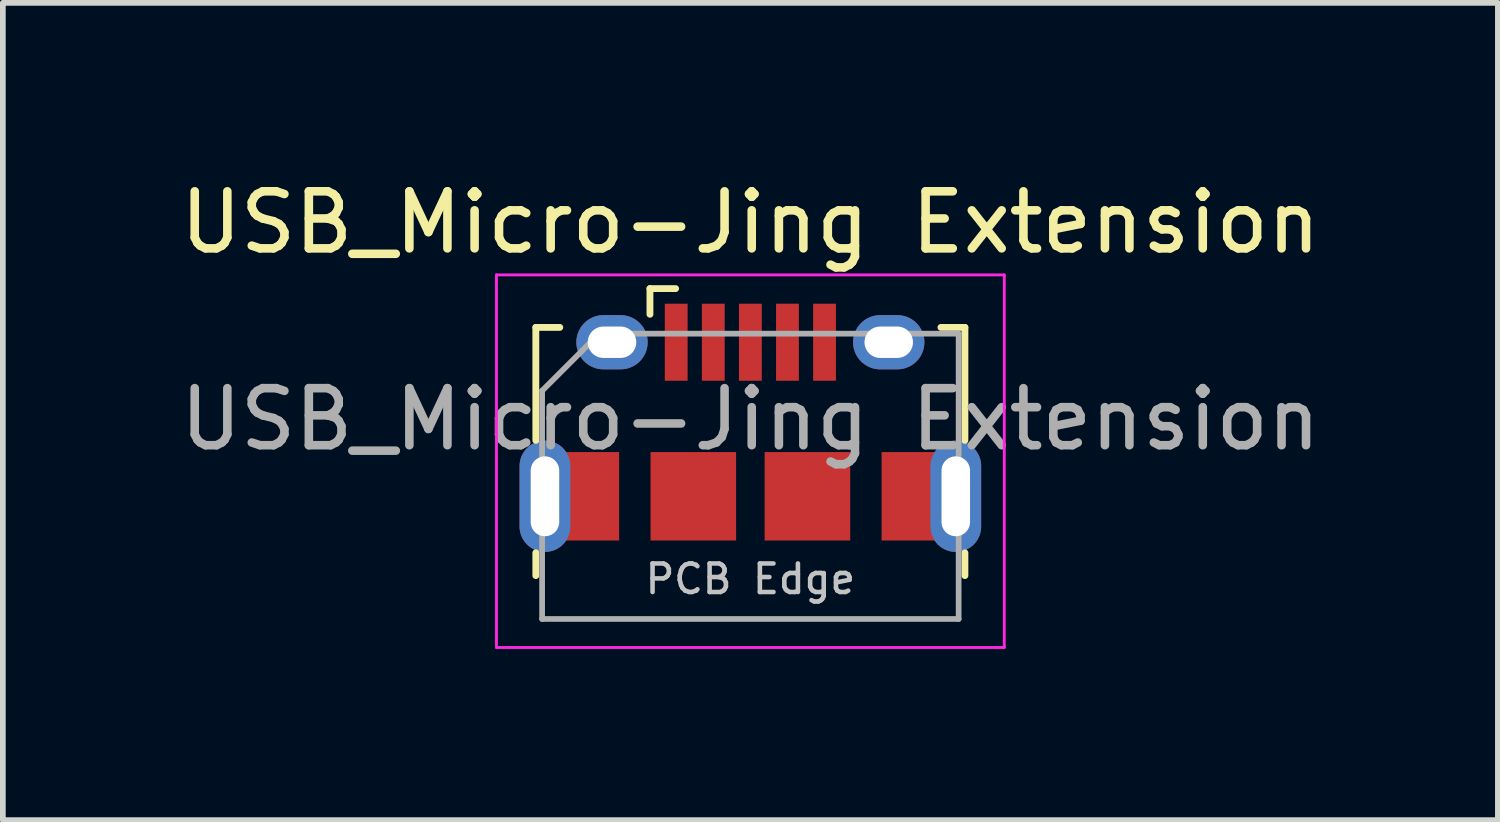
<source format=kicad_pcb>
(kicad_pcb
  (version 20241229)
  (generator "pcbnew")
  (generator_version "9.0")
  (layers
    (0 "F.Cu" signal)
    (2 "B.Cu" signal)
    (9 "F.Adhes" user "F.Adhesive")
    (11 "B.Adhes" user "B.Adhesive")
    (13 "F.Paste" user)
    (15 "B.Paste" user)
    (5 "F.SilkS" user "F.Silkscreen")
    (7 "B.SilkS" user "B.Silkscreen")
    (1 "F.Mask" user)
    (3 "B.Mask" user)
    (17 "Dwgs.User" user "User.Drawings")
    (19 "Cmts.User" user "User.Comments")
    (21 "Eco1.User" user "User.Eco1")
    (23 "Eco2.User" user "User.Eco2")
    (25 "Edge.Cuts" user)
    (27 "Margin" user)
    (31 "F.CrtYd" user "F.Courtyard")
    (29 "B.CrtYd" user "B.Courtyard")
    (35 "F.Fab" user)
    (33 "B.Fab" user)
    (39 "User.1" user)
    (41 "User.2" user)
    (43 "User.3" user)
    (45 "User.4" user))
  (footprint "USB_Micro-Jing Extension"
    (layer "F.Cu")
    (at 10.101 4.348)
    (property "Reference" "USB_Micro-Jing Extension" (at 0 -3.5 0) (layer "F.SilkS") (effects (font (size 1 1) (thickness 0.15))))
    (attr smd)
    (fp_line (start -3.76 -1.66) (end -3.34 -1.66) (stroke (width 0.12) (type solid)) (layer "F.SilkS"))
    (fp_line (start -3.76 0.32) (end -3.76 -1.66) (stroke (width 0.12) (type solid)) (layer "F.SilkS"))
    (fp_line (start -3.76 2.69) (end -3.76 2.29) (stroke (width 0.12) (type solid)) (layer "F.SilkS"))
    (fp_line (start -1.76 -1.89) (end -1.76 -2.34) (stroke (width 0.12) (type solid)) (layer "F.SilkS"))
    (fp_line (start -1.31 -2.34) (end -1.76 -2.34) (stroke (width 0.12) (type solid)) (layer "F.SilkS"))
    (fp_line (start 3.76 -1.66) (end 3.34 -1.66) (stroke (width 0.12) (type solid)) (layer "F.SilkS"))
    (fp_line (start 3.76 0.32) (end 3.76 -1.66) (stroke (width 0.12) (type solid)) (layer "F.SilkS"))
    (fp_line (start 3.76 2.29) (end 3.76 2.69) (stroke (width 0.12) (type solid)) (layer "F.SilkS"))
    (fp_line (start -4.45 -2.58) (end -4.45 3.95) (stroke (width 0.05) (type solid)) (layer "F.CrtYd"))
    (fp_line (start -4.45 -2.58) (end 4.45 -2.58) (stroke (width 0.05) (type solid)) (layer "F.CrtYd"))
    (fp_line (start -4.45 3.95) (end 4.45 3.95) (stroke (width 0.05) (type solid)) (layer "F.CrtYd"))
    (fp_line (start 4.45 -2.58) (end 4.45 3.95) (stroke (width 0.05) (type solid)) (layer "F.CrtYd"))
    (fp_line (start -3.65 -0.55) (end -2.65 -1.55) (stroke (width 0.1) (type solid)) (layer "F.Fab"))
    (fp_line (start -3.65 3.45) (end -3.65 -0.55) (stroke (width 0.1) (type solid)) (layer "F.Fab"))
    (fp_line (start -2.65 -1.55) (end 3.65 -1.55) (stroke (width 0.1) (type solid)) (layer "F.Fab"))
    (fp_line (start 3.65 -1.55) (end 3.65 3.45) (stroke (width 0.1) (type solid)) (layer "F.Fab"))
    (fp_line (start 3.65 3.45) (end -3.65 3.45) (stroke (width 0.1) (type solid)) (layer "F.Fab"))
    (fp_text user "PCB Edge" (at 0 2.75 0) (layer "Dwgs.User") (effects (font (size 0.5 0.5) (thickness 0.08))))
    (fp_text user "${REFERENCE}" (at 0 -0.05 0) (layer "F.Fab") (effects (font (size 1 1) (thickness 0.15))))
    (pad "" smd oval (at -3.6 1.3) (size 0.89 1.95) (layers "F.Paste"))
    (pad "" smd oval (at -2.425 -1.4) (size 1.25 0.95) (layers "F.Paste"))
    (pad "" smd oval (at 2.425 -1.4) (size 1.25 0.95) (layers "F.Paste"))
    (pad "" smd oval (at 3.6 1.3) (size 0.89 1.95) (layers "F.Paste"))
    (pad "1" smd rect (at -1.3 -1.4) (size 0.4 1.35) (layers "F.Cu" "F.Mask" "F.Paste"))
    (pad "2" smd rect (at -0.65 -1.4) (size 0.4 1.35) (layers "F.Cu" "F.Mask" "F.Paste"))
    (pad "3" smd rect (at 0 -1.4) (size 0.4 1.35) (layers "F.Cu" "F.Mask" "F.Paste"))
    (pad "4" smd rect (at 0.65 -1.4) (size 0.4 1.35) (layers "F.Cu" "F.Mask" "F.Paste"))
    (pad "5" smd rect (at 1.3 -1.4) (size 0.4 1.35) (layers "F.Cu" "F.Mask" "F.Paste"))
    (pad "6" thru_hole oval (at -3.6 1.3) (size 0.89 1.95) (drill oval 0.5 1.4) (layers "*.Cu" "*.Mask"))
    (pad "6" smd rect (at -2.9 1.3) (size 1.2 1.55) (layers "F.Cu" "F.Mask" "F.Paste"))
    (pad "6" thru_hole oval (at -2.425 -1.4) (size 1.25 0.95) (drill oval 0.85 0.55) (layers "*.Cu" "*.Mask"))
    (pad "6" smd rect (at -1 1.3) (size 1.5 1.55) (layers "F.Cu" "F.Mask" "F.Paste"))
    (pad "6" smd rect (at 1 1.3) (size 1.5 1.55) (layers "F.Cu" "F.Mask" "F.Paste"))
    (pad "6" thru_hole oval (at 2.425 -1.4) (size 1.25 0.95) (drill oval 0.85 0.55) (layers "*.Cu" "*.Mask"))
    (pad "6" smd rect (at 2.9 1.3) (size 1.2 1.55) (layers "F.Cu" "F.Mask" "F.Paste"))
    (pad "6" thru_hole oval (at 3.6 1.3) (size 0.89 1.95) (drill oval 0.5 1.4) (layers "*.Cu" "*.Mask")))
  (gr_rect
    (start -3 -3)
    (end 23.202 11.323)
    (stroke (width 0.1) (type default))
    (fill no)
    (layer "Edge.Cuts")))
</source>
